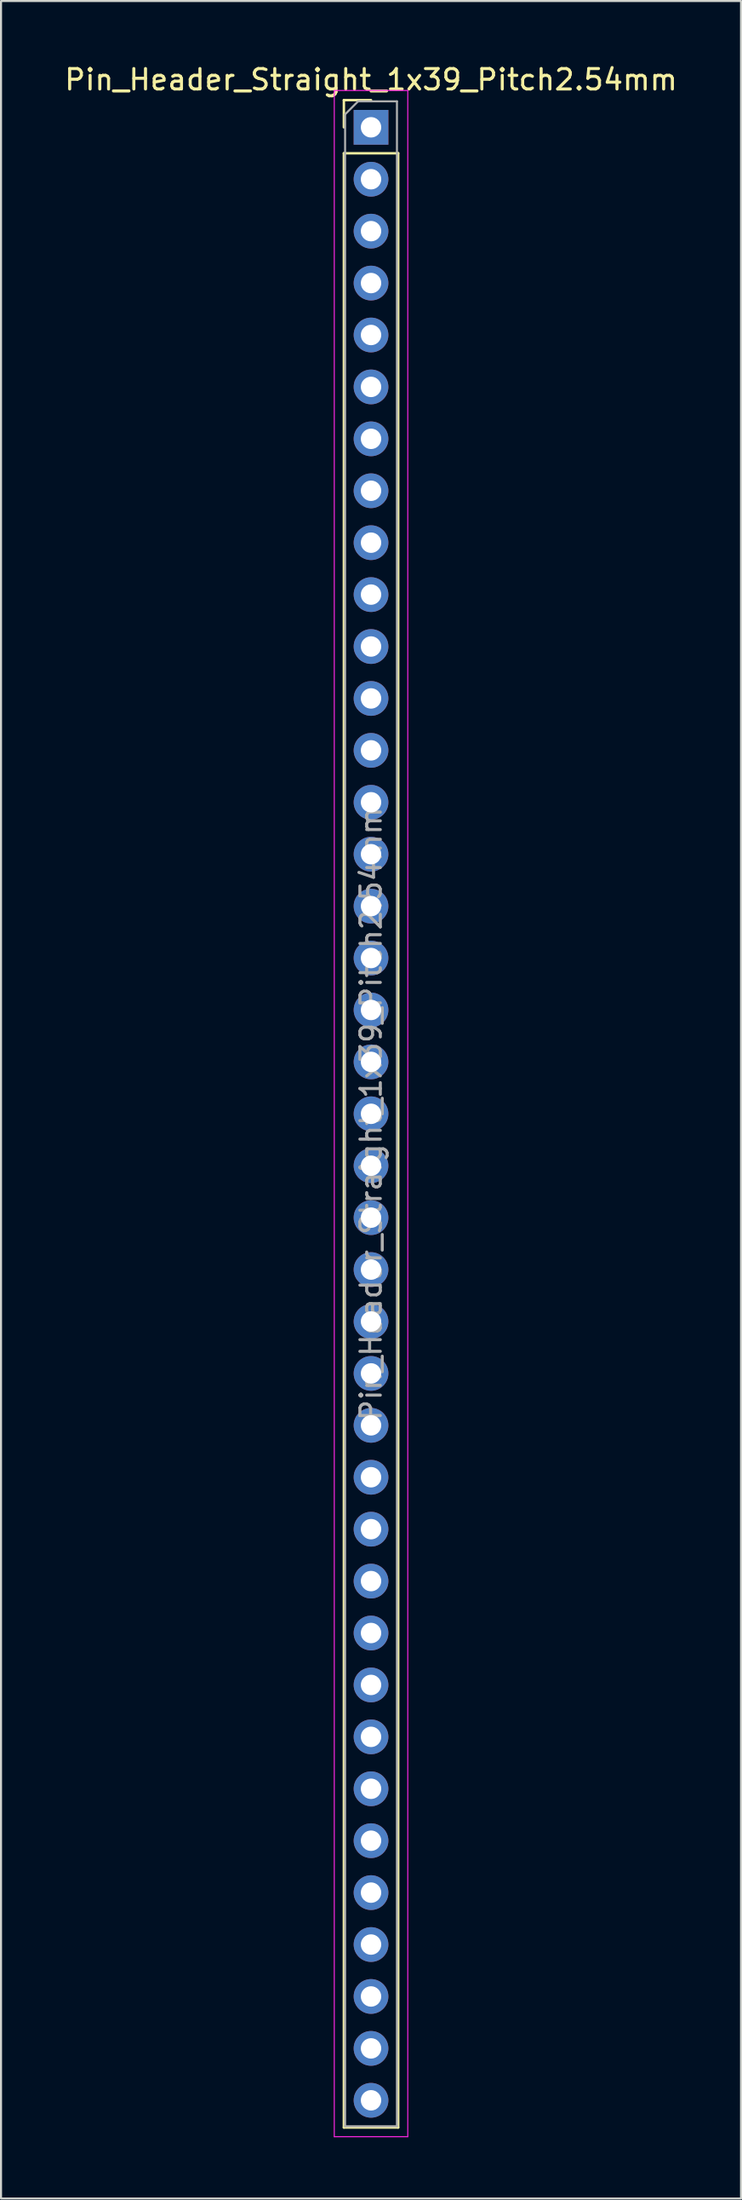
<source format=kicad_pcb>
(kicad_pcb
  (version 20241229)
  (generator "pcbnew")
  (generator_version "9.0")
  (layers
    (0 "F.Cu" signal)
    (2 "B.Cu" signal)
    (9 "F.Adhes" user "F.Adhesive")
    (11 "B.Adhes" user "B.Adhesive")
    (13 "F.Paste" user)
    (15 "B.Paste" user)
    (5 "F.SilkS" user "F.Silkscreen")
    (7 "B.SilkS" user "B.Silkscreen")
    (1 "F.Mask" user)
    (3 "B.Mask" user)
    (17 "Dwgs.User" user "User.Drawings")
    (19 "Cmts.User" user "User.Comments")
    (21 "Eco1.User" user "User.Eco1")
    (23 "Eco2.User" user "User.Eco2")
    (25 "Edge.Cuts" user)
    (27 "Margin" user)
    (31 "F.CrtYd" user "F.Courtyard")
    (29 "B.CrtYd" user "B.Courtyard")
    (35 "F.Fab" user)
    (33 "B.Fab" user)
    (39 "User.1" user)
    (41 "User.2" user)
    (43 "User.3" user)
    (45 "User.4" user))
  (footprint "Pin_Header_Straight_1x39_Pitch2.54mm"
    (layer "F.Cu")
    (at 15.125 3.178)
    (property "Reference" "Pin_Header_Straight_1x39_Pitch2.54mm" (at 0 -2.33 0) (layer "F.SilkS") (effects (font (size 1 1) (thickness 0.15))))
    (attr through_hole)
    (fp_line (start -1.33 -1.33) (end 0 -1.33) (stroke (width 0.12) (type solid)) (layer "F.SilkS"))
    (fp_line (start -1.33 0) (end -1.33 -1.33) (stroke (width 0.12) (type solid)) (layer "F.SilkS"))
    (fp_line (start -1.33 1.27) (end -1.33 97.85) (stroke (width 0.12) (type solid)) (layer "F.SilkS"))
    (fp_line (start -1.33 1.27) (end 1.33 1.27) (stroke (width 0.12) (type solid)) (layer "F.SilkS"))
    (fp_line (start -1.33 97.85) (end 1.33 97.85) (stroke (width 0.12) (type solid)) (layer "F.SilkS"))
    (fp_line (start 1.33 1.27) (end 1.33 97.85) (stroke (width 0.12) (type solid)) (layer "F.SilkS"))
    (fp_line (start -1.8 -1.8) (end -1.8 98.3) (stroke (width 0.05) (type solid)) (layer "F.CrtYd"))
    (fp_line (start -1.8 98.3) (end 1.8 98.3) (stroke (width 0.05) (type solid)) (layer "F.CrtYd"))
    (fp_line (start 1.8 -1.8) (end -1.8 -1.8) (stroke (width 0.05) (type solid)) (layer "F.CrtYd"))
    (fp_line (start 1.8 98.3) (end 1.8 -1.8) (stroke (width 0.05) (type solid)) (layer "F.CrtYd"))
    (fp_line (start -1.27 -0.635) (end -0.635 -1.27) (stroke (width 0.1) (type solid)) (layer "F.Fab"))
    (fp_line (start -1.27 97.79) (end -1.27 -0.635) (stroke (width 0.1) (type solid)) (layer "F.Fab"))
    (fp_line (start -0.635 -1.27) (end 1.27 -1.27) (stroke (width 0.1) (type solid)) (layer "F.Fab"))
    (fp_line (start 1.27 -1.27) (end 1.27 97.79) (stroke (width 0.1) (type solid)) (layer "F.Fab"))
    (fp_line (start 1.27 97.79) (end -1.27 97.79) (stroke (width 0.1) (type solid)) (layer "F.Fab"))
    (fp_text user "${REFERENCE}" (at 0 48.26 90) (layer "F.Fab") (effects (font (size 1 1) (thickness 0.15))))
    (pad "1" thru_hole rect (at 0 0) (size 1.7 1.7) (drill 1) (layers "*.Cu" "*.Mask"))
    (pad "2" thru_hole oval (at 0 2.54) (size 1.7 1.7) (drill 1) (layers "*.Cu" "*.Mask"))
    (pad "3" thru_hole oval (at 0 5.08) (size 1.7 1.7) (drill 1) (layers "*.Cu" "*.Mask"))
    (pad "4" thru_hole oval (at 0 7.62) (size 1.7 1.7) (drill 1) (layers "*.Cu" "*.Mask"))
    (pad "5" thru_hole oval (at 0 10.16) (size 1.7 1.7) (drill 1) (layers "*.Cu" "*.Mask"))
    (pad "6" thru_hole oval (at 0 12.7) (size 1.7 1.7) (drill 1) (layers "*.Cu" "*.Mask"))
    (pad "7" thru_hole oval (at 0 15.24) (size 1.7 1.7) (drill 1) (layers "*.Cu" "*.Mask"))
    (pad "8" thru_hole oval (at 0 17.78) (size 1.7 1.7) (drill 1) (layers "*.Cu" "*.Mask"))
    (pad "9" thru_hole oval (at 0 20.32) (size 1.7 1.7) (drill 1) (layers "*.Cu" "*.Mask"))
    (pad "10" thru_hole oval (at 0 22.86) (size 1.7 1.7) (drill 1) (layers "*.Cu" "*.Mask"))
    (pad "11" thru_hole oval (at 0 25.4) (size 1.7 1.7) (drill 1) (layers "*.Cu" "*.Mask"))
    (pad "12" thru_hole oval (at 0 27.94) (size 1.7 1.7) (drill 1) (layers "*.Cu" "*.Mask"))
    (pad "13" thru_hole oval (at 0 30.48) (size 1.7 1.7) (drill 1) (layers "*.Cu" "*.Mask"))
    (pad "14" thru_hole oval (at 0 33.02) (size 1.7 1.7) (drill 1) (layers "*.Cu" "*.Mask"))
    (pad "15" thru_hole oval (at 0 35.56) (size 1.7 1.7) (drill 1) (layers "*.Cu" "*.Mask"))
    (pad "16" thru_hole oval (at 0 38.1) (size 1.7 1.7) (drill 1) (layers "*.Cu" "*.Mask"))
    (pad "17" thru_hole oval (at 0 40.64) (size 1.7 1.7) (drill 1) (layers "*.Cu" "*.Mask"))
    (pad "18" thru_hole oval (at 0 43.18) (size 1.7 1.7) (drill 1) (layers "*.Cu" "*.Mask"))
    (pad "19" thru_hole oval (at 0 45.72) (size 1.7 1.7) (drill 1) (layers "*.Cu" "*.Mask"))
    (pad "20" thru_hole oval (at 0 48.26) (size 1.7 1.7) (drill 1) (layers "*.Cu" "*.Mask"))
    (pad "21" thru_hole oval (at 0 50.8) (size 1.7 1.7) (drill 1) (layers "*.Cu" "*.Mask"))
    (pad "22" thru_hole oval (at 0 53.34) (size 1.7 1.7) (drill 1) (layers "*.Cu" "*.Mask"))
    (pad "23" thru_hole oval (at 0 55.88) (size 1.7 1.7) (drill 1) (layers "*.Cu" "*.Mask"))
    (pad "24" thru_hole oval (at 0 58.42) (size 1.7 1.7) (drill 1) (layers "*.Cu" "*.Mask"))
    (pad "25" thru_hole oval (at 0 60.96) (size 1.7 1.7) (drill 1) (layers "*.Cu" "*.Mask"))
    (pad "26" thru_hole oval (at 0 63.5) (size 1.7 1.7) (drill 1) (layers "*.Cu" "*.Mask"))
    (pad "27" thru_hole oval (at 0 66.04) (size 1.7 1.7) (drill 1) (layers "*.Cu" "*.Mask"))
    (pad "28" thru_hole oval (at 0 68.58) (size 1.7 1.7) (drill 1) (layers "*.Cu" "*.Mask"))
    (pad "29" thru_hole oval (at 0 71.12) (size 1.7 1.7) (drill 1) (layers "*.Cu" "*.Mask"))
    (pad "30" thru_hole oval (at 0 73.66) (size 1.7 1.7) (drill 1) (layers "*.Cu" "*.Mask"))
    (pad "31" thru_hole oval (at 0 76.2) (size 1.7 1.7) (drill 1) (layers "*.Cu" "*.Mask"))
    (pad "32" thru_hole oval (at 0 78.74) (size 1.7 1.7) (drill 1) (layers "*.Cu" "*.Mask"))
    (pad "33" thru_hole oval (at 0 81.28) (size 1.7 1.7) (drill 1) (layers "*.Cu" "*.Mask"))
    (pad "34" thru_hole oval (at 0 83.82) (size 1.7 1.7) (drill 1) (layers "*.Cu" "*.Mask"))
    (pad "35" thru_hole oval (at 0 86.36) (size 1.7 1.7) (drill 1) (layers "*.Cu" "*.Mask"))
    (pad "36" thru_hole oval (at 0 88.9) (size 1.7 1.7) (drill 1) (layers "*.Cu" "*.Mask"))
    (pad "37" thru_hole oval (at 0 91.44) (size 1.7 1.7) (drill 1) (layers "*.Cu" "*.Mask"))
    (pad "38" thru_hole oval (at 0 93.98) (size 1.7 1.7) (drill 1) (layers "*.Cu" "*.Mask"))
    (pad "39" thru_hole oval (at 0 96.52) (size 1.7 1.7) (drill 1) (layers "*.Cu" "*.Mask")))
  (gr_rect
    (start -3 -3)
    (end 33.25 104.503)
    (stroke (width 0.1) (type default))
    (fill no)
    (layer "Edge.Cuts")))
</source>
